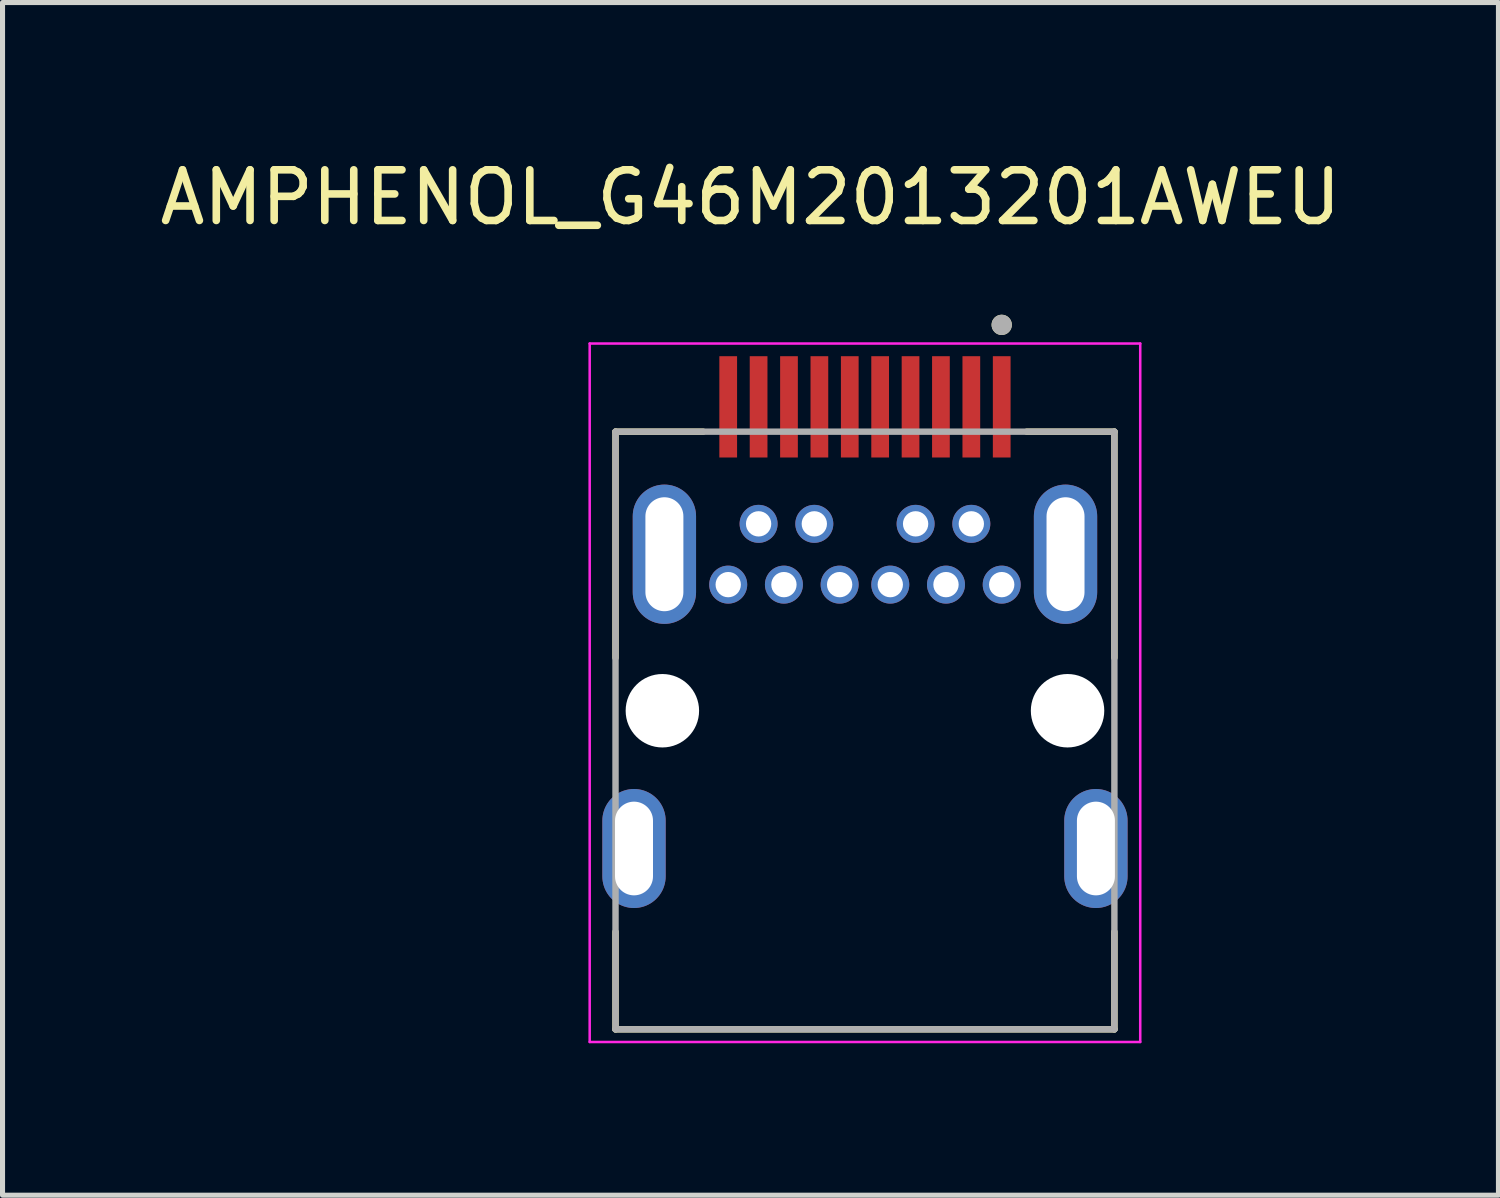
<source format=kicad_pcb>
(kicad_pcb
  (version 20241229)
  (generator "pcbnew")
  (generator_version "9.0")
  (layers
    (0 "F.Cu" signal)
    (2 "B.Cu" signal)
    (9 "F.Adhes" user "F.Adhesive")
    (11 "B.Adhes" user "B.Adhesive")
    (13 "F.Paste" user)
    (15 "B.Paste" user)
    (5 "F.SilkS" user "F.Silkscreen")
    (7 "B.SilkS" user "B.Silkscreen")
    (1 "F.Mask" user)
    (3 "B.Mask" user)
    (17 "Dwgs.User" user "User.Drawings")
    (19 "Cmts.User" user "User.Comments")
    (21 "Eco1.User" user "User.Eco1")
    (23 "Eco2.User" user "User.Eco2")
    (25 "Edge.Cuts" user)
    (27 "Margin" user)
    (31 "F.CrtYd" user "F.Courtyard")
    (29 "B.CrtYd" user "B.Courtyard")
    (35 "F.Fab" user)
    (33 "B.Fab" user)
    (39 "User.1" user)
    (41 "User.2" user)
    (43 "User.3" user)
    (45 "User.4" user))
  (footprint "AMPHENOL_G46M2013201AWEU"
    (layer "F.Cu")
    (at 14.028 10.983)
    (property "Reference" "AMPHENOL_G46M2013201AWEU" (at -2.26 -10.135 0) (layer "F.SilkS") (effects (font (size 1 1) (thickness 0.15))))
    (attr through_hole)
    (fp_line (start -4.925 -5.51) (end -3.195 -5.51) (stroke (width 0.127) (type solid)) (layer "F.SilkS"))
    (fp_line (start -4.925 -1.045) (end -4.925 -5.51) (stroke (width 0.127) (type solid)) (layer "F.SilkS"))
    (fp_line (start -4.925 6.29) (end -4.925 4.365) (stroke (width 0.127) (type solid)) (layer "F.SilkS"))
    (fp_line (start 3.195 -5.51) (end 4.925 -5.51) (stroke (width 0.127) (type solid)) (layer "F.SilkS"))
    (fp_line (start 4.925 -5.51) (end 4.925 -1.045) (stroke (width 0.127) (type solid)) (layer "F.SilkS"))
    (fp_line (start 4.925 6.29) (end -4.925 6.29) (stroke (width 0.127) (type solid)) (layer "F.SilkS"))
    (fp_line (start 4.925 6.29) (end 4.925 4.365) (stroke (width 0.127) (type solid)) (layer "F.SilkS"))
    (fp_circle (center 2.7 -7.619) (end 2.8 -7.619) (stroke (width 0.2) (type solid)) (fill no) (layer "F.SilkS"))
    (fp_line (start -5.435 -7.25) (end -5.435 6.54) (stroke (width 0.05) (type solid)) (layer "F.CrtYd"))
    (fp_line (start -5.435 6.54) (end 5.435 6.54) (stroke (width 0.05) (type solid)) (layer "F.CrtYd"))
    (fp_line (start 5.435 -7.25) (end -5.435 -7.25) (stroke (width 0.05) (type solid)) (layer "F.CrtYd"))
    (fp_line (start 5.435 6.54) (end 5.435 -7.25) (stroke (width 0.05) (type solid)) (layer "F.CrtYd"))
    (fp_line (start -4.925 -5.51) (end 4.925 -5.51) (stroke (width 0.127) (type solid)) (layer "F.Fab"))
    (fp_line (start -4.925 6.29) (end -4.925 -5.51) (stroke (width 0.127) (type solid)) (layer "F.Fab"))
    (fp_line (start 4.925 -5.51) (end 4.925 6.29) (stroke (width 0.127) (type solid)) (layer "F.Fab"))
    (fp_line (start 4.925 6.29) (end -4.925 6.29) (stroke (width 0.127) (type solid)) (layer "F.Fab"))
    (fp_circle (center 2.7 -7.619) (end 2.8 -7.619) (stroke (width 0.2) (type solid)) (fill no) (layer "F.Fab"))
    (pad "" np_thru_hole circle (at -4 0) (size 1.45 1.45) (drill 1.45) (layers "*.Cu" "*.Mask"))
    (pad "" np_thru_hole circle (at 4 0) (size 1.45 1.45) (drill 1.45) (layers "*.Cu" "*.Mask"))
    (pad "1" smd rect (at 2.7 -6) (size 0.35 2) (layers "F.Cu" "F.Mask" "F.Paste"))
    (pad "2" thru_hole circle (at 2.7 -2.49) (size 0.75 0.75) (drill 0.5) (layers "*.Cu" "*.Mask"))
    (pad "3" smd rect (at 2.1 -6) (size 0.35 2) (layers "F.Cu" "F.Mask" "F.Paste"))
    (pad "4" thru_hole circle (at 2.1 -3.69) (size 0.75 0.75) (drill 0.5) (layers "*.Cu" "*.Mask"))
    (pad "5" smd rect (at 1.5 -6) (size 0.35 2) (layers "F.Cu" "F.Mask" "F.Paste"))
    (pad "6" thru_hole circle (at 1.6 -2.49) (size 0.75 0.75) (drill 0.5) (layers "*.Cu" "*.Mask"))
    (pad "7" smd rect (at 0.9 -6) (size 0.35 2) (layers "F.Cu" "F.Mask" "F.Paste"))
    (pad "8" thru_hole circle (at 1 -3.69) (size 0.75 0.75) (drill 0.5) (layers "*.Cu" "*.Mask"))
    (pad "9" smd rect (at 0.3 -6) (size 0.35 2) (layers "F.Cu" "F.Mask" "F.Paste"))
    (pad "10" thru_hole circle (at 0.5 -2.49) (size 0.75 0.75) (drill 0.5) (layers "*.Cu" "*.Mask"))
    (pad "11" smd rect (at -0.3 -6) (size 0.35 2) (layers "F.Cu" "F.Mask" "F.Paste"))
    (pad "12" thru_hole circle (at -0.5 -2.49) (size 0.75 0.75) (drill 0.5) (layers "*.Cu" "*.Mask"))
    (pad "13" smd rect (at -0.9 -6) (size 0.35 2) (layers "F.Cu" "F.Mask" "F.Paste"))
    (pad "14" thru_hole circle (at -1 -3.69) (size 0.75 0.75) (drill 0.5) (layers "*.Cu" "*.Mask"))
    (pad "15" smd rect (at -1.5 -6) (size 0.35 2) (layers "F.Cu" "F.Mask" "F.Paste"))
    (pad "16" thru_hole circle (at -1.6 -2.49) (size 0.75 0.75) (drill 0.5) (layers "*.Cu" "*.Mask"))
    (pad "17" smd rect (at -2.1 -6) (size 0.35 2) (layers "F.Cu" "F.Mask" "F.Paste"))
    (pad "18" thru_hole circle (at -2.1 -3.69) (size 0.75 0.75) (drill 0.5) (layers "*.Cu" "*.Mask"))
    (pad "19" smd rect (at -2.7 -6) (size 0.35 2) (layers "F.Cu" "F.Mask" "F.Paste"))
    (pad "20" thru_hole circle (at -2.7 -2.49) (size 0.75 0.75) (drill 0.5) (layers "*.Cu" "*.Mask"))
    (pad "S1" thru_hole oval (at -4.56 2.72) (size 1.25 2.35) (drill oval 0.75 1.85) (layers "*.Cu" "*.Mask"))
    (pad "S2" thru_hole oval (at 4.56 2.72) (size 1.25 2.35) (drill oval 0.75 1.85) (layers "*.Cu" "*.Mask"))
    (pad "S3" thru_hole oval (at -3.96 -3.09) (size 1.25 2.75) (drill oval 0.75 2.25) (layers "*.Cu" "*.Mask"))
    (pad "S4" thru_hole oval (at 3.96 -3.09) (size 1.25 2.75) (drill oval 0.75 2.25) (layers "*.Cu" "*.Mask")))
  (gr_rect
    (start -3 -3)
    (end 26.536 20.548)
    (stroke (width 0.1) (type default))
    (fill no)
    (layer "Edge.Cuts")))
</source>
